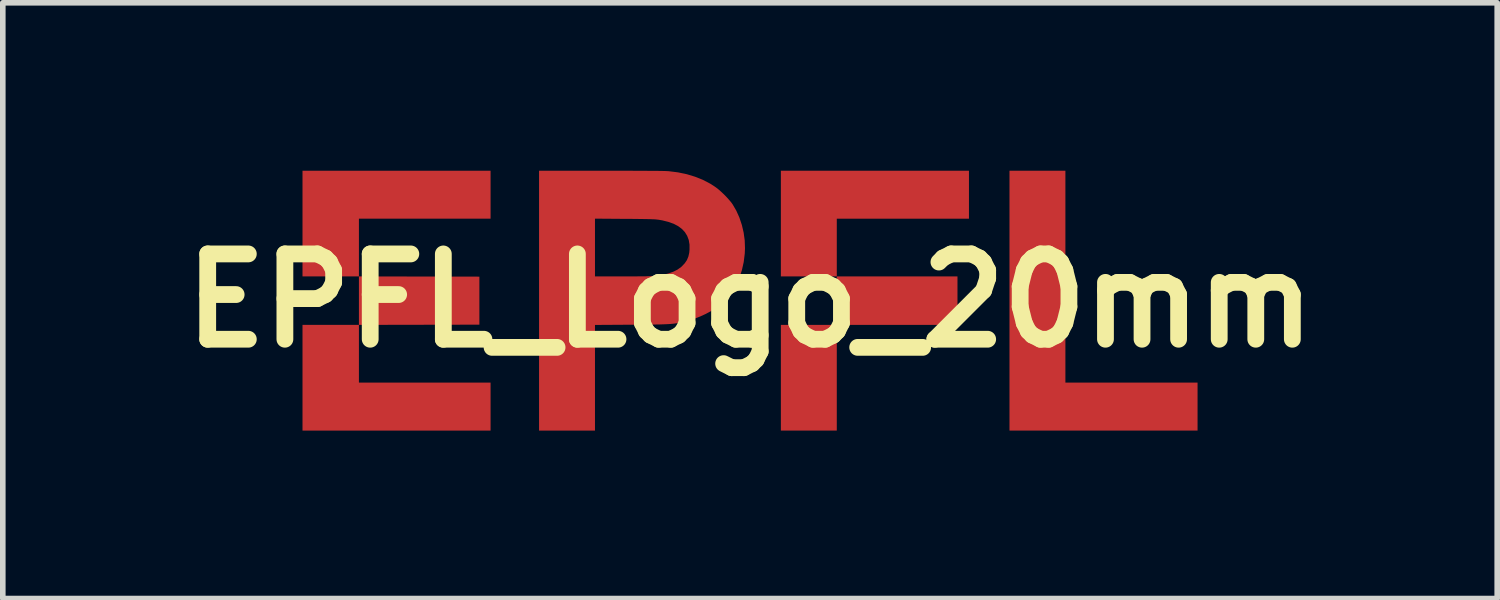
<source format=kicad_pcb>
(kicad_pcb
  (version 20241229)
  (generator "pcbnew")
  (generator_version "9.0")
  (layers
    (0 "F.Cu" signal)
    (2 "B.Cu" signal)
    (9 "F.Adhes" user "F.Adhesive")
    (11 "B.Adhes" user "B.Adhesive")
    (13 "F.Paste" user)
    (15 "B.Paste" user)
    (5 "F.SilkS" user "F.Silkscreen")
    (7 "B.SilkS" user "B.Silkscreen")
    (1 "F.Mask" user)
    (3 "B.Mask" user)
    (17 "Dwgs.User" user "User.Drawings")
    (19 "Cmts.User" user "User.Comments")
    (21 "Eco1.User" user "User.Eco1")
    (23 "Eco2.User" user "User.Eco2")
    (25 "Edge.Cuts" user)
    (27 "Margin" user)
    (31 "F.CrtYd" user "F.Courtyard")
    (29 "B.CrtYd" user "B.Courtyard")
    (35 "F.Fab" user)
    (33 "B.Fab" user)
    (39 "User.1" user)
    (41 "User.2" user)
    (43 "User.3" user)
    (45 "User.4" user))
  (footprint "EPFL_Logo_20mm"
    (layer "F.Cu")
    (at 10.349 2.321)
    (property "Reference" "EPFL_Logo_20mm" (at 0 0 0) (layer "F.SilkS") (effects (font (size 1.524 1.524) (thickness 0.3))))
    (attr board_only exclude_from_pos_files exclude_from_bom)
    (fp_poly (pts (xy 1.55 2.321) (xy 0.551 2.321) (xy 0.551 0.433) (xy 1.55 0.433)) (stroke (width 0) (type solid)) (fill yes) (layer "F.Cu"))
    (fp_poly (pts (xy 3.706 0.433) (xy 1.55 0.433) (xy 1.55 -0.433) (xy 3.706 -0.433)) (stroke (width 0) (type solid)) (fill yes) (layer "F.Cu"))
    (fp_poly (pts (xy 3.911 -1.464) (xy 1.55 -1.464) (xy 1.55 -0.433) (xy 0.551 -0.433) (xy 0.551 -2.321) (xy 3.911 -2.321)) (stroke (width 0) (type solid)) (fill yes) (layer "F.Cu"))
    (fp_poly (pts (xy 5.634 1.464) (xy 7.995 1.464) (xy 7.995 2.321) (xy 4.635 2.321) (xy 4.635 -2.321) (xy 5.634 -2.321)) (stroke (width 0) (type solid)) (fill yes) (layer "F.Cu"))
    (fp_poly (pts (xy -4.635 -1.464) (xy -6.987 -1.464) (xy -6.987 -0.433) (xy -4.835 -0.429) (xy -4.835 0.429) (xy -6.987 0.433) (xy -6.987 1.464) (xy -4.635 1.464) (xy -4.635 2.321) (xy -7.995 2.321) (xy -7.995 0.433) (xy -6.987 0.433) (xy -6.987 -0.433) (xy -7.995 -0.433) (xy -7.995 -2.321) (xy -4.635 -2.321)) (stroke (width 0) (type solid)) (fill yes) (layer "F.Cu"))
    (fp_poly (pts (xy -2.658 -2.321) (xy -2.489 -2.321) (xy -2.332 -2.321) (xy -2.186 -2.321) (xy -2.051 -2.32) (xy -1.93 -2.32) (xy -1.821 -2.319) (xy -1.725 -2.318) (xy -1.642 -2.318) (xy -1.574 -2.317) (xy -1.52 -2.316) (xy -1.481 -2.314) (xy -1.457 -2.313) (xy -1.456 -2.313) (xy -1.288 -2.292) (xy -1.13 -2.259) (xy -0.982 -2.214) (xy -0.842 -2.158) (xy -0.71 -2.089) (xy -0.626 -2.035) (xy -0.581 -2.002) (xy -0.531 -1.959) (xy -0.478 -1.91) (xy -0.426 -1.858) (xy -0.379 -1.806) (xy -0.338 -1.758) (xy -0.312 -1.722) (xy -0.245 -1.607) (xy -0.19 -1.484) (xy -0.146 -1.352) (xy -0.114 -1.216) (xy -0.095 -1.077) (xy -0.09 -0.937) (xy -0.094 -0.842) (xy -0.113 -0.689) (xy -0.145 -0.546) (xy -0.19 -0.411) (xy -0.246 -0.285) (xy -0.316 -0.169) (xy -0.397 -0.063) (xy -0.491 0.034) (xy -0.597 0.121) (xy -0.606 0.128) (xy -0.691 0.183) (xy -0.787 0.235) (xy -0.891 0.283) (xy -0.999 0.325) (xy -1.107 0.359) (xy -1.21 0.385) (xy -1.212 0.385) (xy -1.248 0.392) (xy -1.282 0.398) (xy -1.315 0.404) (xy -1.347 0.409) (xy -1.381 0.413) (xy -1.417 0.416) (xy -1.456 0.419) (xy -1.501 0.421) (xy -1.552 0.423) (xy -1.61 0.425) (xy -1.677 0.426) (xy -1.753 0.428) (xy -1.841 0.428) (xy -1.942 0.429) (xy -2.056 0.43) (xy -2.13 0.43) (xy -2.77 0.434) (xy -2.77 2.321) (xy -3.769 2.321) (xy -3.769 -1.465) (xy -2.77 -1.465) (xy -2.77 -0.433) (xy -2.282 -0.433) (xy -2.172 -0.433) (xy -2.076 -0.433) (xy -1.994 -0.434) (xy -1.924 -0.434) (xy -1.863 -0.435) (xy -1.812 -0.437) (xy -1.769 -0.438) (xy -1.732 -0.44) (xy -1.701 -0.443) (xy -1.68 -0.445) (xy -1.564 -0.461) (xy -1.462 -0.485) (xy -1.372 -0.516) (xy -1.295 -0.555) (xy -1.23 -0.602) (xy -1.217 -0.614) (xy -1.166 -0.668) (xy -1.128 -0.724) (xy -1.102 -0.786) (xy -1.086 -0.855) (xy -1.081 -0.912) (xy -1.081 -1.002) (xy -1.095 -1.084) (xy -1.123 -1.158) (xy -1.163 -1.223) (xy -1.217 -1.281) (xy -1.284 -1.331) (xy -1.364 -1.373) (xy -1.459 -1.407) (xy -1.567 -1.434) (xy -1.637 -1.446) (xy -1.657 -1.448) (xy -1.681 -1.451) (xy -1.71 -1.453) (xy -1.745 -1.454) (xy -1.788 -1.456) (xy -1.84 -1.457) (xy -1.902 -1.458) (xy -1.975 -1.459) (xy -2.06 -1.46) (xy -2.159 -1.461) (xy -2.245 -1.461) (xy -2.77 -1.465) (xy -3.769 -1.465) (xy -3.769 -2.321)) (stroke (width 0) (type solid)) (fill yes) (layer "F.Cu"))
    (fp_poly (pts (xy 1.55 2.321) (xy 0.551 2.321) (xy 0.551 0.433) (xy 1.55 0.433)) (stroke (width 0) (type solid)) (fill yes) (layer "F.Mask"))
    (fp_poly (pts (xy 3.706 0.433) (xy 1.55 0.433) (xy 1.55 -0.433) (xy 3.706 -0.433)) (stroke (width 0) (type solid)) (fill yes) (layer "F.Mask"))
    (fp_poly (pts (xy 3.911 -1.464) (xy 1.55 -1.464) (xy 1.55 -0.433) (xy 0.551 -0.433) (xy 0.551 -2.321) (xy 3.911 -2.321)) (stroke (width 0) (type solid)) (fill yes) (layer "F.Mask"))
    (fp_poly (pts (xy 5.634 1.464) (xy 7.995 1.464) (xy 7.995 2.321) (xy 4.635 2.321) (xy 4.635 -2.321) (xy 5.634 -2.321)) (stroke (width 0) (type solid)) (fill yes) (layer "F.Mask"))
    (fp_poly (pts (xy -4.635 -1.464) (xy -6.987 -1.464) (xy -6.987 -0.433) (xy -4.835 -0.429) (xy -4.835 0.429) (xy -6.987 0.433) (xy -6.987 1.464) (xy -4.635 1.464) (xy -4.635 2.321) (xy -7.995 2.321) (xy -7.995 0.433) (xy -6.987 0.433) (xy -6.987 -0.433) (xy -7.995 -0.433) (xy -7.995 -2.321) (xy -4.635 -2.321)) (stroke (width 0) (type solid)) (fill yes) (layer "F.Mask"))
    (fp_poly (pts (xy -2.658 -2.321) (xy -2.489 -2.321) (xy -2.332 -2.321) (xy -2.186 -2.321) (xy -2.051 -2.32) (xy -1.93 -2.32) (xy -1.821 -2.319) (xy -1.725 -2.318) (xy -1.642 -2.318) (xy -1.574 -2.317) (xy -1.52 -2.316) (xy -1.481 -2.314) (xy -1.457 -2.313) (xy -1.456 -2.313) (xy -1.288 -2.292) (xy -1.13 -2.259) (xy -0.982 -2.214) (xy -0.842 -2.158) (xy -0.71 -2.089) (xy -0.626 -2.035) (xy -0.581 -2.002) (xy -0.531 -1.959) (xy -0.478 -1.91) (xy -0.426 -1.858) (xy -0.379 -1.806) (xy -0.338 -1.758) (xy -0.312 -1.722) (xy -0.245 -1.607) (xy -0.19 -1.484) (xy -0.146 -1.352) (xy -0.114 -1.216) (xy -0.095 -1.077) (xy -0.09 -0.937) (xy -0.094 -0.842) (xy -0.113 -0.689) (xy -0.145 -0.546) (xy -0.19 -0.411) (xy -0.246 -0.285) (xy -0.316 -0.169) (xy -0.397 -0.063) (xy -0.491 0.034) (xy -0.597 0.121) (xy -0.606 0.128) (xy -0.691 0.183) (xy -0.787 0.235) (xy -0.891 0.283) (xy -0.999 0.325) (xy -1.107 0.359) (xy -1.21 0.385) (xy -1.212 0.385) (xy -1.248 0.392) (xy -1.282 0.398) (xy -1.315 0.404) (xy -1.347 0.409) (xy -1.381 0.413) (xy -1.417 0.416) (xy -1.456 0.419) (xy -1.501 0.421) (xy -1.552 0.423) (xy -1.61 0.425) (xy -1.677 0.426) (xy -1.753 0.428) (xy -1.841 0.428) (xy -1.942 0.429) (xy -2.056 0.43) (xy -2.13 0.43) (xy -2.77 0.434) (xy -2.77 2.321) (xy -3.769 2.321) (xy -3.769 -1.465) (xy -2.77 -1.465) (xy -2.77 -0.433) (xy -2.282 -0.433) (xy -2.172 -0.433) (xy -2.076 -0.433) (xy -1.994 -0.434) (xy -1.924 -0.434) (xy -1.863 -0.435) (xy -1.812 -0.437) (xy -1.769 -0.438) (xy -1.732 -0.44) (xy -1.701 -0.443) (xy -1.68 -0.445) (xy -1.564 -0.461) (xy -1.462 -0.485) (xy -1.372 -0.516) (xy -1.295 -0.555) (xy -1.23 -0.602) (xy -1.217 -0.614) (xy -1.166 -0.668) (xy -1.128 -0.724) (xy -1.102 -0.786) (xy -1.086 -0.855) (xy -1.081 -0.912) (xy -1.081 -1.002) (xy -1.095 -1.084) (xy -1.123 -1.158) (xy -1.163 -1.223) (xy -1.217 -1.281) (xy -1.284 -1.331) (xy -1.364 -1.373) (xy -1.459 -1.407) (xy -1.567 -1.434) (xy -1.637 -1.446) (xy -1.657 -1.448) (xy -1.681 -1.451) (xy -1.71 -1.453) (xy -1.745 -1.454) (xy -1.788 -1.456) (xy -1.84 -1.457) (xy -1.902 -1.458) (xy -1.975 -1.459) (xy -2.06 -1.46) (xy -2.159 -1.461) (xy -2.245 -1.461) (xy -2.77 -1.465) (xy -3.769 -1.465) (xy -3.769 -2.321)) (stroke (width 0) (type solid)) (fill yes) (layer "F.Mask")))
  (gr_rect
    (start -3 -3)
    (end 23.697 7.643)
    (stroke (width 0.1) (type default))
    (fill no)
    (layer "Edge.Cuts")))
</source>
